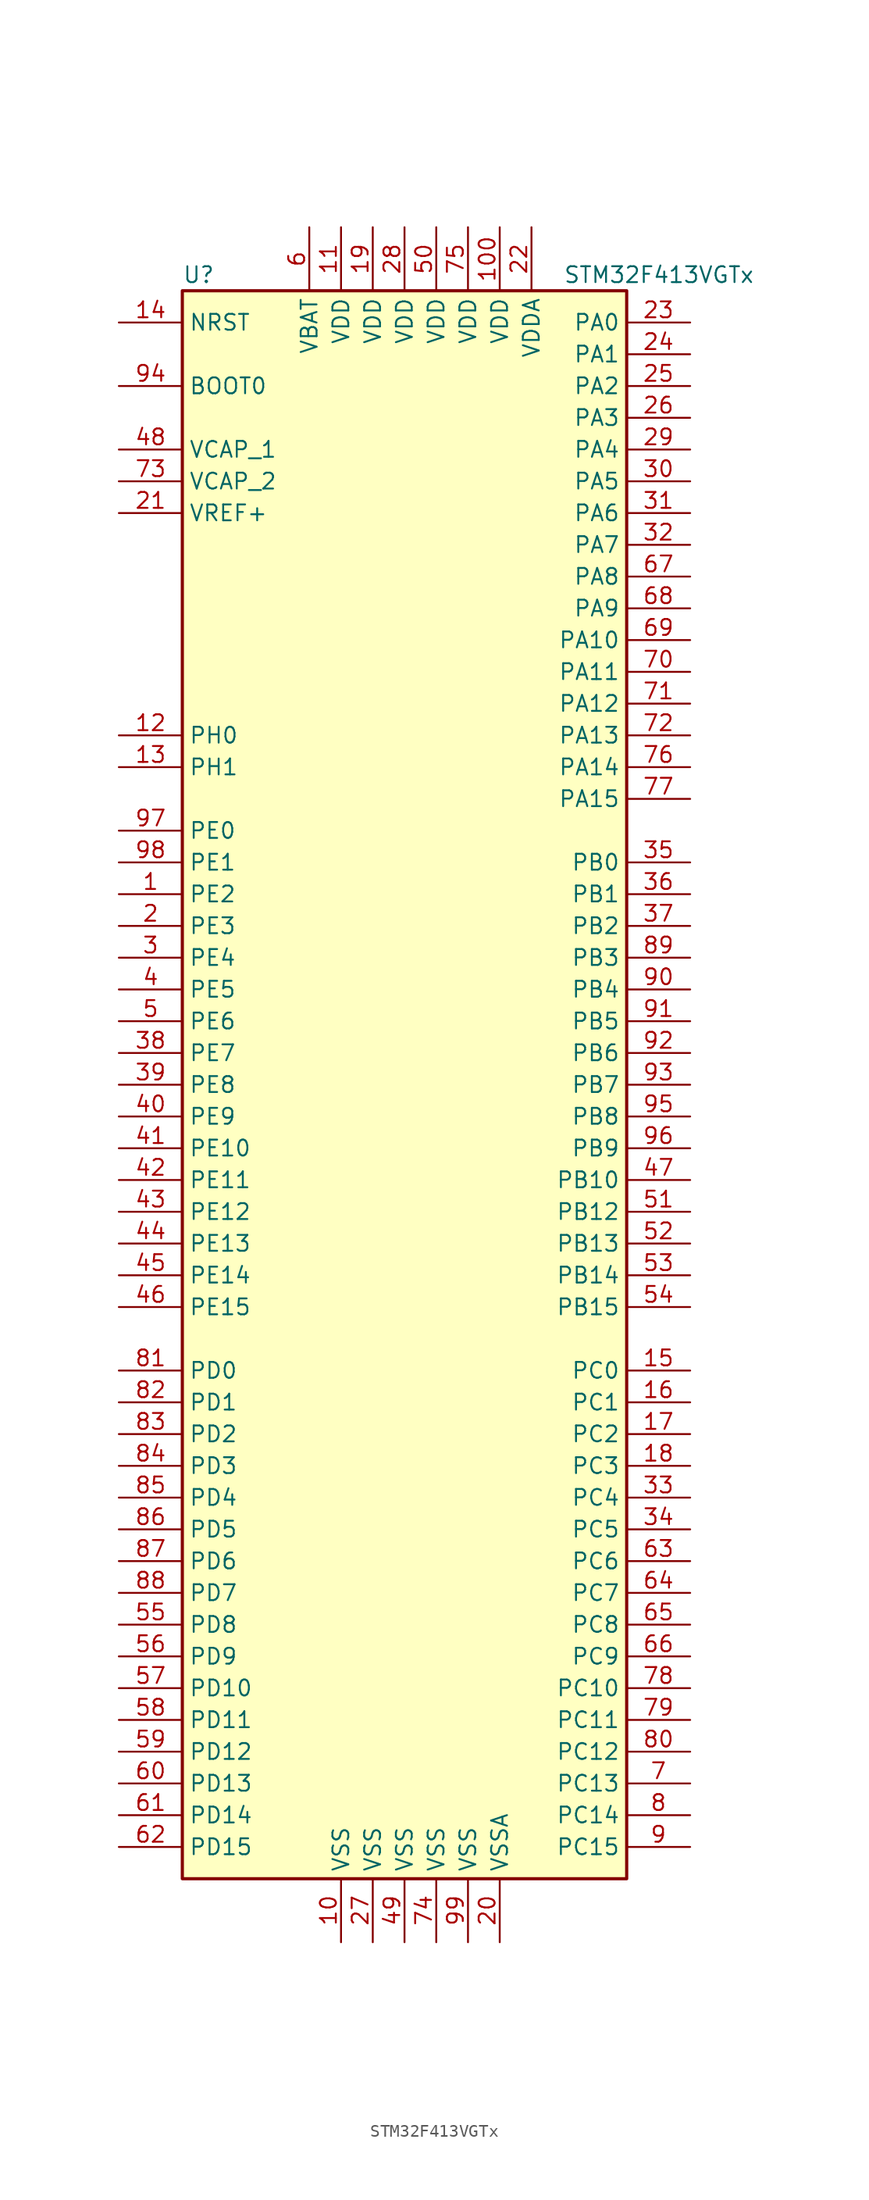
<source format=kicad_sym>
(kicad_symbol_lib
  (version 20201005)
  (generator kicad_symbol_editor)
  (symbol "STM32F413VGTx"
    (property "Reference" "U"
      (at -17.78 64.77 0)
      (effects (font (size 1.27 1.27)) (justify left)))
    (property "Value" "STM32F413VGTx"
      (at 12.7 64.77 0)
      (effects (font (size 1.27 1.27)) (justify left)))
    (symbol "STM32F413VGTx_0_1"
      (rectangle (start -17.78 -63.5) (end 17.78 63.5) (stroke (width 0.254)) (fill (type background))))
    (symbol "STM32F413VGTx_1_1"
      (pin input line (at -22.86 55.88 0) (length 5.08) (name "BOOT0" (effects (font (size 1.27 1.27)))) (number "94" (effects (font (size 1.27 1.27)))))
      (pin input line (at -22.86 60.96 0) (length 5.08) (name "NRST" (effects (font (size 1.27 1.27)))) (number "14" (effects (font (size 1.27 1.27)))))
      (pin bidirectional line (at 22.86 60.96 180) (length 5.08) (name "PA0" (effects (font (size 1.27 1.27)))) (number "23" (effects (font (size 1.27 1.27)))))
      (pin bidirectional line (at 22.86 58.42 180) (length 5.08) (name "PA1" (effects (font (size 1.27 1.27)))) (number "24" (effects (font (size 1.27 1.27)))))
      (pin bidirectional line (at 22.86 35.56 180) (length 5.08) (name "PA10" (effects (font (size 1.27 1.27)))) (number "69" (effects (font (size 1.27 1.27)))))
      (pin bidirectional line (at 22.86 33.02 180) (length 5.08) (name "PA11" (effects (font (size 1.27 1.27)))) (number "70" (effects (font (size 1.27 1.27)))))
      (pin bidirectional line (at 22.86 30.48 180) (length 5.08) (name "PA12" (effects (font (size 1.27 1.27)))) (number "71" (effects (font (size 1.27 1.27)))))
      (pin bidirectional line (at 22.86 27.94 180) (length 5.08) (name "PA13" (effects (font (size 1.27 1.27)))) (number "72" (effects (font (size 1.27 1.27)))))
      (pin bidirectional line (at 22.86 25.4 180) (length 5.08) (name "PA14" (effects (font (size 1.27 1.27)))) (number "76" (effects (font (size 1.27 1.27)))))
      (pin bidirectional line (at 22.86 22.86 180) (length 5.08) (name "PA15" (effects (font (size 1.27 1.27)))) (number "77" (effects (font (size 1.27 1.27)))))
      (pin bidirectional line (at 22.86 55.88 180) (length 5.08) (name "PA2" (effects (font (size 1.27 1.27)))) (number "25" (effects (font (size 1.27 1.27)))))
      (pin bidirectional line (at 22.86 53.34 180) (length 5.08) (name "PA3" (effects (font (size 1.27 1.27)))) (number "26" (effects (font (size 1.27 1.27)))))
      (pin bidirectional line (at 22.86 50.8 180) (length 5.08) (name "PA4" (effects (font (size 1.27 1.27)))) (number "29" (effects (font (size 1.27 1.27)))))
      (pin bidirectional line (at 22.86 48.26 180) (length 5.08) (name "PA5" (effects (font (size 1.27 1.27)))) (number "30" (effects (font (size 1.27 1.27)))))
      (pin bidirectional line (at 22.86 45.72 180) (length 5.08) (name "PA6" (effects (font (size 1.27 1.27)))) (number "31" (effects (font (size 1.27 1.27)))))
      (pin bidirectional line (at 22.86 43.18 180) (length 5.08) (name "PA7" (effects (font (size 1.27 1.27)))) (number "32" (effects (font (size 1.27 1.27)))))
      (pin bidirectional line (at 22.86 40.64 180) (length 5.08) (name "PA8" (effects (font (size 1.27 1.27)))) (number "67" (effects (font (size 1.27 1.27)))))
      (pin bidirectional line (at 22.86 38.1 180) (length 5.08) (name "PA9" (effects (font (size 1.27 1.27)))) (number "68" (effects (font (size 1.27 1.27)))))
      (pin bidirectional line (at 22.86 17.78 180) (length 5.08) (name "PB0" (effects (font (size 1.27 1.27)))) (number "35" (effects (font (size 1.27 1.27)))))
      (pin bidirectional line (at 22.86 15.24 180) (length 5.08) (name "PB1" (effects (font (size 1.27 1.27)))) (number "36" (effects (font (size 1.27 1.27)))))
      (pin bidirectional line (at 22.86 -7.62 180) (length 5.08) (name "PB10" (effects (font (size 1.27 1.27)))) (number "47" (effects (font (size 1.27 1.27)))))
      (pin bidirectional line (at 22.86 -10.16 180) (length 5.08) (name "PB12" (effects (font (size 1.27 1.27)))) (number "51" (effects (font (size 1.27 1.27)))))
      (pin bidirectional line (at 22.86 -12.7 180) (length 5.08) (name "PB13" (effects (font (size 1.27 1.27)))) (number "52" (effects (font (size 1.27 1.27)))))
      (pin bidirectional line (at 22.86 -15.24 180) (length 5.08) (name "PB14" (effects (font (size 1.27 1.27)))) (number "53" (effects (font (size 1.27 1.27)))))
      (pin bidirectional line (at 22.86 -17.78 180) (length 5.08) (name "PB15" (effects (font (size 1.27 1.27)))) (number "54" (effects (font (size 1.27 1.27)))))
      (pin bidirectional line (at 22.86 12.7 180) (length 5.08) (name "PB2" (effects (font (size 1.27 1.27)))) (number "37" (effects (font (size 1.27 1.27)))))
      (pin bidirectional line (at 22.86 10.16 180) (length 5.08) (name "PB3" (effects (font (size 1.27 1.27)))) (number "89" (effects (font (size 1.27 1.27)))))
      (pin bidirectional line (at 22.86 7.62 180) (length 5.08) (name "PB4" (effects (font (size 1.27 1.27)))) (number "90" (effects (font (size 1.27 1.27)))))
      (pin bidirectional line (at 22.86 5.08 180) (length 5.08) (name "PB5" (effects (font (size 1.27 1.27)))) (number "91" (effects (font (size 1.27 1.27)))))
      (pin bidirectional line (at 22.86 2.54 180) (length 5.08) (name "PB6" (effects (font (size 1.27 1.27)))) (number "92" (effects (font (size 1.27 1.27)))))
      (pin bidirectional line (at 22.86 0 180) (length 5.08) (name "PB7" (effects (font (size 1.27 1.27)))) (number "93" (effects (font (size 1.27 1.27)))))
      (pin bidirectional line (at 22.86 -2.54 180) (length 5.08) (name "PB8" (effects (font (size 1.27 1.27)))) (number "95" (effects (font (size 1.27 1.27)))))
      (pin bidirectional line (at 22.86 -5.08 180) (length 5.08) (name "PB9" (effects (font (size 1.27 1.27)))) (number "96" (effects (font (size 1.27 1.27)))))
      (pin bidirectional line (at 22.86 -22.86 180) (length 5.08) (name "PC0" (effects (font (size 1.27 1.27)))) (number "15" (effects (font (size 1.27 1.27)))))
      (pin bidirectional line (at 22.86 -25.4 180) (length 5.08) (name "PC1" (effects (font (size 1.27 1.27)))) (number "16" (effects (font (size 1.27 1.27)))))
      (pin bidirectional line (at 22.86 -48.26 180) (length 5.08) (name "PC10" (effects (font (size 1.27 1.27)))) (number "78" (effects (font (size 1.27 1.27)))))
      (pin bidirectional line (at 22.86 -50.8 180) (length 5.08) (name "PC11" (effects (font (size 1.27 1.27)))) (number "79" (effects (font (size 1.27 1.27)))))
      (pin bidirectional line (at 22.86 -53.34 180) (length 5.08) (name "PC12" (effects (font (size 1.27 1.27)))) (number "80" (effects (font (size 1.27 1.27)))))
      (pin bidirectional line (at 22.86 -55.88 180) (length 5.08) (name "PC13" (effects (font (size 1.27 1.27)))) (number "7" (effects (font (size 1.27 1.27)))))
      (pin bidirectional line (at 22.86 -58.42 180) (length 5.08) (name "PC14" (effects (font (size 1.27 1.27)))) (number "8" (effects (font (size 1.27 1.27)))))
      (pin bidirectional line (at 22.86 -60.96 180) (length 5.08) (name "PC15" (effects (font (size 1.27 1.27)))) (number "9" (effects (font (size 1.27 1.27)))))
      (pin bidirectional line (at 22.86 -27.94 180) (length 5.08) (name "PC2" (effects (font (size 1.27 1.27)))) (number "17" (effects (font (size 1.27 1.27)))))
      (pin bidirectional line (at 22.86 -30.48 180) (length 5.08) (name "PC3" (effects (font (size 1.27 1.27)))) (number "18" (effects (font (size 1.27 1.27)))))
      (pin bidirectional line (at 22.86 -33.02 180) (length 5.08) (name "PC4" (effects (font (size 1.27 1.27)))) (number "33" (effects (font (size 1.27 1.27)))))
      (pin bidirectional line (at 22.86 -35.56 180) (length 5.08) (name "PC5" (effects (font (size 1.27 1.27)))) (number "34" (effects (font (size 1.27 1.27)))))
      (pin bidirectional line (at 22.86 -38.1 180) (length 5.08) (name "PC6" (effects (font (size 1.27 1.27)))) (number "63" (effects (font (size 1.27 1.27)))))
      (pin bidirectional line (at 22.86 -40.64 180) (length 5.08) (name "PC7" (effects (font (size 1.27 1.27)))) (number "64" (effects (font (size 1.27 1.27)))))
      (pin bidirectional line (at 22.86 -43.18 180) (length 5.08) (name "PC8" (effects (font (size 1.27 1.27)))) (number "65" (effects (font (size 1.27 1.27)))))
      (pin bidirectional line (at 22.86 -45.72 180) (length 5.08) (name "PC9" (effects (font (size 1.27 1.27)))) (number "66" (effects (font (size 1.27 1.27)))))
      (pin bidirectional line (at -22.86 -22.86 0) (length 5.08) (name "PD0" (effects (font (size 1.27 1.27)))) (number "81" (effects (font (size 1.27 1.27)))))
      (pin bidirectional line (at -22.86 -25.4 0) (length 5.08) (name "PD1" (effects (font (size 1.27 1.27)))) (number "82" (effects (font (size 1.27 1.27)))))
      (pin bidirectional line (at -22.86 -48.26 0) (length 5.08) (name "PD10" (effects (font (size 1.27 1.27)))) (number "57" (effects (font (size 1.27 1.27)))))
      (pin bidirectional line (at -22.86 -50.8 0) (length 5.08) (name "PD11" (effects (font (size 1.27 1.27)))) (number "58" (effects (font (size 1.27 1.27)))))
      (pin bidirectional line (at -22.86 -53.34 0) (length 5.08) (name "PD12" (effects (font (size 1.27 1.27)))) (number "59" (effects (font (size 1.27 1.27)))))
      (pin bidirectional line (at -22.86 -55.88 0) (length 5.08) (name "PD13" (effects (font (size 1.27 1.27)))) (number "60" (effects (font (size 1.27 1.27)))))
      (pin bidirectional line (at -22.86 -58.42 0) (length 5.08) (name "PD14" (effects (font (size 1.27 1.27)))) (number "61" (effects (font (size 1.27 1.27)))))
      (pin bidirectional line (at -22.86 -60.96 0) (length 5.08) (name "PD15" (effects (font (size 1.27 1.27)))) (number "62" (effects (font (size 1.27 1.27)))))
      (pin bidirectional line (at -22.86 -27.94 0) (length 5.08) (name "PD2" (effects (font (size 1.27 1.27)))) (number "83" (effects (font (size 1.27 1.27)))))
      (pin bidirectional line (at -22.86 -30.48 0) (length 5.08) (name "PD3" (effects (font (size 1.27 1.27)))) (number "84" (effects (font (size 1.27 1.27)))))
      (pin bidirectional line (at -22.86 -33.02 0) (length 5.08) (name "PD4" (effects (font (size 1.27 1.27)))) (number "85" (effects (font (size 1.27 1.27)))))
      (pin bidirectional line (at -22.86 -35.56 0) (length 5.08) (name "PD5" (effects (font (size 1.27 1.27)))) (number "86" (effects (font (size 1.27 1.27)))))
      (pin bidirectional line (at -22.86 -38.1 0) (length 5.08) (name "PD6" (effects (font (size 1.27 1.27)))) (number "87" (effects (font (size 1.27 1.27)))))
      (pin bidirectional line (at -22.86 -40.64 0) (length 5.08) (name "PD7" (effects (font (size 1.27 1.27)))) (number "88" (effects (font (size 1.27 1.27)))))
      (pin bidirectional line (at -22.86 -43.18 0) (length 5.08) (name "PD8" (effects (font (size 1.27 1.27)))) (number "55" (effects (font (size 1.27 1.27)))))
      (pin bidirectional line (at -22.86 -45.72 0) (length 5.08) (name "PD9" (effects (font (size 1.27 1.27)))) (number "56" (effects (font (size 1.27 1.27)))))
      (pin bidirectional line (at -22.86 20.32 0) (length 5.08) (name "PE0" (effects (font (size 1.27 1.27)))) (number "97" (effects (font (size 1.27 1.27)))))
      (pin bidirectional line (at -22.86 17.78 0) (length 5.08) (name "PE1" (effects (font (size 1.27 1.27)))) (number "98" (effects (font (size 1.27 1.27)))))
      (pin bidirectional line (at -22.86 -5.08 0) (length 5.08) (name "PE10" (effects (font (size 1.27 1.27)))) (number "41" (effects (font (size 1.27 1.27)))))
      (pin bidirectional line (at -22.86 -7.62 0) (length 5.08) (name "PE11" (effects (font (size 1.27 1.27)))) (number "42" (effects (font (size 1.27 1.27)))))
      (pin bidirectional line (at -22.86 -10.16 0) (length 5.08) (name "PE12" (effects (font (size 1.27 1.27)))) (number "43" (effects (font (size 1.27 1.27)))))
      (pin bidirectional line (at -22.86 -12.7 0) (length 5.08) (name "PE13" (effects (font (size 1.27 1.27)))) (number "44" (effects (font (size 1.27 1.27)))))
      (pin bidirectional line (at -22.86 -15.24 0) (length 5.08) (name "PE14" (effects (font (size 1.27 1.27)))) (number "45" (effects (font (size 1.27 1.27)))))
      (pin bidirectional line (at -22.86 -17.78 0) (length 5.08) (name "PE15" (effects (font (size 1.27 1.27)))) (number "46" (effects (font (size 1.27 1.27)))))
      (pin bidirectional line (at -22.86 15.24 0) (length 5.08) (name "PE2" (effects (font (size 1.27 1.27)))) (number "1" (effects (font (size 1.27 1.27)))))
      (pin bidirectional line (at -22.86 12.7 0) (length 5.08) (name "PE3" (effects (font (size 1.27 1.27)))) (number "2" (effects (font (size 1.27 1.27)))))
      (pin bidirectional line (at -22.86 10.16 0) (length 5.08) (name "PE4" (effects (font (size 1.27 1.27)))) (number "3" (effects (font (size 1.27 1.27)))))
      (pin bidirectional line (at -22.86 7.62 0) (length 5.08) (name "PE5" (effects (font (size 1.27 1.27)))) (number "4" (effects (font (size 1.27 1.27)))))
      (pin bidirectional line (at -22.86 5.08 0) (length 5.08) (name "PE6" (effects (font (size 1.27 1.27)))) (number "5" (effects (font (size 1.27 1.27)))))
      (pin bidirectional line (at -22.86 2.54 0) (length 5.08) (name "PE7" (effects (font (size 1.27 1.27)))) (number "38" (effects (font (size 1.27 1.27)))))
      (pin bidirectional line (at -22.86 0 0) (length 5.08) (name "PE8" (effects (font (size 1.27 1.27)))) (number "39" (effects (font (size 1.27 1.27)))))
      (pin bidirectional line (at -22.86 -2.54 0) (length 5.08) (name "PE9" (effects (font (size 1.27 1.27)))) (number "40" (effects (font (size 1.27 1.27)))))
      (pin input line (at -22.86 27.94 0) (length 5.08) (name "PH0" (effects (font (size 1.27 1.27)))) (number "12" (effects (font (size 1.27 1.27)))))
      (pin input line (at -22.86 25.4 0) (length 5.08) (name "PH1" (effects (font (size 1.27 1.27)))) (number "13" (effects (font (size 1.27 1.27)))))
      (pin power_in line (at -7.62 68.58 270) (length 5.08) (name "VBAT" (effects (font (size 1.27 1.27)))) (number "6" (effects (font (size 1.27 1.27)))))
      (pin power_in line (at -22.86 50.8 0) (length 5.08) (name "VCAP_1" (effects (font (size 1.27 1.27)))) (number "48" (effects (font (size 1.27 1.27)))))
      (pin power_in line (at -22.86 48.26 0) (length 5.08) (name "VCAP_2" (effects (font (size 1.27 1.27)))) (number "73" (effects (font (size 1.27 1.27)))))
      (pin power_in line (at 7.62 68.58 270) (length 5.08) (name "VDD" (effects (font (size 1.27 1.27)))) (number "100" (effects (font (size 1.27 1.27)))))
      (pin power_in line (at -5.08 68.58 270) (length 5.08) (name "VDD" (effects (font (size 1.27 1.27)))) (number "11" (effects (font (size 1.27 1.27)))))
      (pin power_in line (at -2.54 68.58 270) (length 5.08) (name "VDD" (effects (font (size 1.27 1.27)))) (number "19" (effects (font (size 1.27 1.27)))))
      (pin power_in line (at 0 68.58 270) (length 5.08) (name "VDD" (effects (font (size 1.27 1.27)))) (number "28" (effects (font (size 1.27 1.27)))))
      (pin power_in line (at 2.54 68.58 270) (length 5.08) (name "VDD" (effects (font (size 1.27 1.27)))) (number "50" (effects (font (size 1.27 1.27)))))
      (pin power_in line (at 5.08 68.58 270) (length 5.08) (name "VDD" (effects (font (size 1.27 1.27)))) (number "75" (effects (font (size 1.27 1.27)))))
      (pin power_in line (at 10.16 68.58 270) (length 5.08) (name "VDDA" (effects (font (size 1.27 1.27)))) (number "22" (effects (font (size 1.27 1.27)))))
      (pin power_in line (at -22.86 45.72 0) (length 5.08) (name "VREF+" (effects (font (size 1.27 1.27)))) (number "21" (effects (font (size 1.27 1.27)))))
      (pin power_in line (at -5.08 -68.58 90) (length 5.08) (name "VSS" (effects (font (size 1.27 1.27)))) (number "10" (effects (font (size 1.27 1.27)))))
      (pin power_in line (at -2.54 -68.58 90) (length 5.08) (name "VSS" (effects (font (size 1.27 1.27)))) (number "27" (effects (font (size 1.27 1.27)))))
      (pin power_in line (at 0 -68.58 90) (length 5.08) (name "VSS" (effects (font (size 1.27 1.27)))) (number "49" (effects (font (size 1.27 1.27)))))
      (pin power_in line (at 2.54 -68.58 90) (length 5.08) (name "VSS" (effects (font (size 1.27 1.27)))) (number "74" (effects (font (size 1.27 1.27)))))
      (pin power_in line (at 5.08 -68.58 90) (length 5.08) (name "VSS" (effects (font (size 1.27 1.27)))) (number "99" (effects (font (size 1.27 1.27)))))
      (pin power_in line (at 7.62 -68.58 90) (length 5.08) (name "VSSA" (effects (font (size 1.27 1.27)))) (number "20" (effects (font (size 1.27 1.27))))))))
</source>
